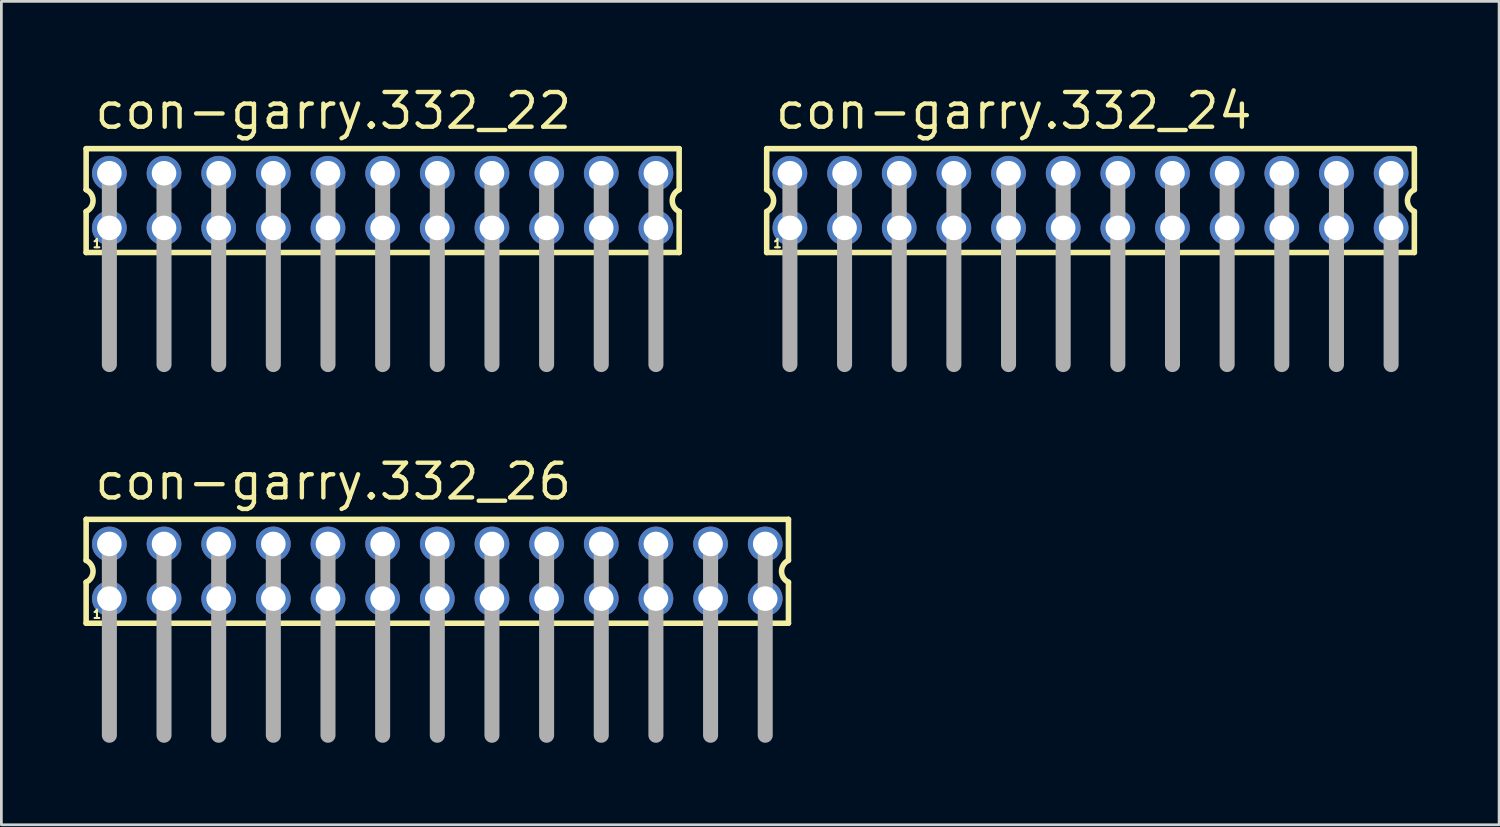
<source format=kicad_pcb>
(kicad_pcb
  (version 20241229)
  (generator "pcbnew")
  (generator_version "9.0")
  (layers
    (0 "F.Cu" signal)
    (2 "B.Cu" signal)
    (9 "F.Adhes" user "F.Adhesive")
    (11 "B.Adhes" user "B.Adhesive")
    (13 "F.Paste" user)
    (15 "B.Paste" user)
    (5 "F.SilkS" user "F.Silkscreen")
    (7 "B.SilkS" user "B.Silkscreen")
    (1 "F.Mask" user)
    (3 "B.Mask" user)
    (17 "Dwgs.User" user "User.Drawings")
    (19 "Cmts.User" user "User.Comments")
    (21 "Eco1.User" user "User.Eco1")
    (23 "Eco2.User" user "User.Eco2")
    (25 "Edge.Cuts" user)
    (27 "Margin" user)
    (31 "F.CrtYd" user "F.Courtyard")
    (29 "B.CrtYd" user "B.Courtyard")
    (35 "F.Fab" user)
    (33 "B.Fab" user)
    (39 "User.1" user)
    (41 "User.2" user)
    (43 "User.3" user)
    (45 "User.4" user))
  (footprint "con-garry.332_24"
    (layer "F.Cu")
    (at 36.855 4.29)
    (property "Reference" "con-garry.332_24" (at -11.62 -2.54 0) (layer "F.SilkS") (effects (font (size 1.27 1.27) (thickness 0.16)) (justify left bottom)))
    (attr through_hole)
    (fp_line (start -11.85 -1.9) (end -11.85 -0.4) (stroke (width 0.203) (type default)) (layer "F.SilkS"))
    (fp_line (start -11.85 0.4) (end -11.85 1.9) (stroke (width 0.203) (type default)) (layer "F.SilkS"))
    (fp_line (start -11.85 1.9) (end 11.85 1.9) (stroke (width 0.203) (type default)) (layer "F.SilkS"))
    (fp_line (start 11.85 -1.9) (end -11.85 -1.9) (stroke (width 0.203) (type default)) (layer "F.SilkS"))
    (fp_line (start 11.85 -0.4) (end 11.85 -1.9) (stroke (width 0.203) (type default)) (layer "F.SilkS"))
    (fp_line (start 11.85 1.9) (end 11.85 0.4) (stroke (width 0.203) (type default)) (layer "F.SilkS"))
    (fp_arc (start -11.85 -0.4) (mid -11.597167 0) (end -11.85 0.4) (stroke (width 0.2032) (type default)) (layer "F.SilkS"))
    (fp_arc (start 11.85 0.4) (mid 11.597167 0) (end 11.85 -0.4) (stroke (width 0.2032) (type default)) (layer "F.SilkS"))
    (fp_line (start -11 -1) (end -11 6) (stroke (width 0.55) (type default)) (layer "F.Fab"))
    (fp_line (start -9 -1) (end -9 6) (stroke (width 0.55) (type default)) (layer "F.Fab"))
    (fp_line (start -7 -1) (end -7 6) (stroke (width 0.55) (type default)) (layer "F.Fab"))
    (fp_line (start -5 -1) (end -5 6) (stroke (width 0.55) (type default)) (layer "F.Fab"))
    (fp_line (start -3 -1) (end -3 6) (stroke (width 0.55) (type default)) (layer "F.Fab"))
    (fp_line (start -1 -1) (end -1 6) (stroke (width 0.55) (type default)) (layer "F.Fab"))
    (fp_line (start 1 -1) (end 1 6) (stroke (width 0.55) (type default)) (layer "F.Fab"))
    (fp_line (start 3 -1) (end 3 6) (stroke (width 0.55) (type default)) (layer "F.Fab"))
    (fp_line (start 5 -1) (end 5 6) (stroke (width 0.55) (type default)) (layer "F.Fab"))
    (fp_line (start 7 -1) (end 7 6) (stroke (width 0.55) (type default)) (layer "F.Fab"))
    (fp_line (start 9 -1) (end 9 6) (stroke (width 0.55) (type default)) (layer "F.Fab"))
    (fp_line (start 11 -1) (end 11 6) (stroke (width 0.55) (type default)) (layer "F.Fab"))
    (fp_rect (start -11.25 -0.75) (end -10.75 -1.25) (stroke (width 0.05) (type default)) (fill no) (layer "F.Fab"))
    (fp_rect (start -11.25 1.25) (end -10.75 0.75) (stroke (width 0.05) (type default)) (fill no) (layer "F.Fab"))
    (fp_rect (start -9.25 -0.75) (end -8.75 -1.25) (stroke (width 0.05) (type default)) (fill no) (layer "F.Fab"))
    (fp_rect (start -9.25 1.25) (end -8.75 0.75) (stroke (width 0.05) (type default)) (fill no) (layer "F.Fab"))
    (fp_rect (start -7.25 -0.75) (end -6.75 -1.25) (stroke (width 0.05) (type default)) (fill no) (layer "F.Fab"))
    (fp_rect (start -7.25 1.25) (end -6.75 0.75) (stroke (width 0.05) (type default)) (fill no) (layer "F.Fab"))
    (fp_rect (start -5.25 -0.75) (end -4.75 -1.25) (stroke (width 0.05) (type default)) (fill no) (layer "F.Fab"))
    (fp_rect (start -5.25 1.25) (end -4.75 0.75) (stroke (width 0.05) (type default)) (fill no) (layer "F.Fab"))
    (fp_rect (start -3.25 -0.75) (end -2.75 -1.25) (stroke (width 0.05) (type default)) (fill no) (layer "F.Fab"))
    (fp_rect (start -3.25 1.25) (end -2.75 0.75) (stroke (width 0.05) (type default)) (fill no) (layer "F.Fab"))
    (fp_rect (start -1.25 -0.75) (end -0.75 -1.25) (stroke (width 0.05) (type default)) (fill no) (layer "F.Fab"))
    (fp_rect (start -1.25 1.25) (end -0.75 0.75) (stroke (width 0.05) (type default)) (fill no) (layer "F.Fab"))
    (fp_rect (start 0.75 -0.75) (end 1.25 -1.25) (stroke (width 0.05) (type default)) (fill no) (layer "F.Fab"))
    (fp_rect (start 0.75 1.25) (end 1.25 0.75) (stroke (width 0.05) (type default)) (fill no) (layer "F.Fab"))
    (fp_rect (start 2.75 -0.75) (end 3.25 -1.25) (stroke (width 0.05) (type default)) (fill no) (layer "F.Fab"))
    (fp_rect (start 2.75 1.25) (end 3.25 0.75) (stroke (width 0.05) (type default)) (fill no) (layer "F.Fab"))
    (fp_rect (start 4.75 -0.75) (end 5.25 -1.25) (stroke (width 0.05) (type default)) (fill no) (layer "F.Fab"))
    (fp_rect (start 4.75 1.25) (end 5.25 0.75) (stroke (width 0.05) (type default)) (fill no) (layer "F.Fab"))
    (fp_rect (start 6.75 -0.75) (end 7.25 -1.25) (stroke (width 0.05) (type default)) (fill no) (layer "F.Fab"))
    (fp_rect (start 6.75 1.25) (end 7.25 0.75) (stroke (width 0.05) (type default)) (fill no) (layer "F.Fab"))
    (fp_rect (start 8.75 -0.75) (end 9.25 -1.25) (stroke (width 0.05) (type default)) (fill no) (layer "F.Fab"))
    (fp_rect (start 8.75 1.25) (end 9.25 0.75) (stroke (width 0.05) (type default)) (fill no) (layer "F.Fab"))
    (fp_rect (start 10.75 -0.75) (end 11.25 -1.25) (stroke (width 0.05) (type default)) (fill no) (layer "F.Fab"))
    (fp_rect (start 10.75 1.25) (end 11.25 0.75) (stroke (width 0.05) (type default)) (fill no) (layer "F.Fab"))
    (fp_text user "1" (at -11.65 1.75 0) (layer "F.SilkS") (effects (font (size 0.305 0.305) (thickness 0.15)) (justify left bottom)))
    (pad "1" thru_hole circle (at -11 1) (size 1.27 1.27) (drill 0.9) (layers "*.Cu" "*.Mask"))
    (pad "2" thru_hole circle (at -11 -1) (size 1.27 1.27) (drill 0.9) (layers "*.Cu" "*.Mask"))
    (pad "3" thru_hole circle (at -9 1) (size 1.27 1.27) (drill 0.9) (layers "*.Cu" "*.Mask"))
    (pad "4" thru_hole circle (at -9 -1) (size 1.27 1.27) (drill 0.9) (layers "*.Cu" "*.Mask"))
    (pad "5" thru_hole circle (at -7 1) (size 1.27 1.27) (drill 0.9) (layers "*.Cu" "*.Mask"))
    (pad "6" thru_hole circle (at -7 -1) (size 1.27 1.27) (drill 0.9) (layers "*.Cu" "*.Mask"))
    (pad "7" thru_hole circle (at -5 1) (size 1.27 1.27) (drill 0.9) (layers "*.Cu" "*.Mask"))
    (pad "8" thru_hole circle (at -5 -1) (size 1.27 1.27) (drill 0.9) (layers "*.Cu" "*.Mask"))
    (pad "9" thru_hole circle (at -3 1) (size 1.27 1.27) (drill 0.9) (layers "*.Cu" "*.Mask"))
    (pad "10" thru_hole circle (at -3 -1) (size 1.27 1.27) (drill 0.9) (layers "*.Cu" "*.Mask"))
    (pad "11" thru_hole circle (at -1 1) (size 1.27 1.27) (drill 0.9) (layers "*.Cu" "*.Mask"))
    (pad "12" thru_hole circle (at -1 -1) (size 1.27 1.27) (drill 0.9) (layers "*.Cu" "*.Mask"))
    (pad "13" thru_hole circle (at 1 1) (size 1.27 1.27) (drill 0.9) (layers "*.Cu" "*.Mask"))
    (pad "14" thru_hole circle (at 1 -1) (size 1.27 1.27) (drill 0.9) (layers "*.Cu" "*.Mask"))
    (pad "15" thru_hole circle (at 3 1) (size 1.27 1.27) (drill 0.9) (layers "*.Cu" "*.Mask"))
    (pad "16" thru_hole circle (at 3 -1) (size 1.27 1.27) (drill 0.9) (layers "*.Cu" "*.Mask"))
    (pad "17" thru_hole circle (at 5 1) (size 1.27 1.27) (drill 0.9) (layers "*.Cu" "*.Mask"))
    (pad "18" thru_hole circle (at 5 -1) (size 1.27 1.27) (drill 0.9) (layers "*.Cu" "*.Mask"))
    (pad "19" thru_hole circle (at 7 1) (size 1.27 1.27) (drill 0.9) (layers "*.Cu" "*.Mask"))
    (pad "20" thru_hole circle (at 7 -1) (size 1.27 1.27) (drill 0.9) (layers "*.Cu" "*.Mask"))
    (pad "21" thru_hole circle (at 9 1) (size 1.27 1.27) (drill 0.9) (layers "*.Cu" "*.Mask"))
    (pad "22" thru_hole circle (at 9 -1) (size 1.27 1.27) (drill 0.9) (layers "*.Cu" "*.Mask"))
    (pad "23" thru_hole circle (at 11 1) (size 1.27 1.27) (drill 0.9) (layers "*.Cu" "*.Mask"))
    (pad "24" thru_hole circle (at 11 -1) (size 1.27 1.27) (drill 0.9) (layers "*.Cu" "*.Mask")))
  (footprint "con-garry.332_26"
    (layer "F.Cu")
    (at 12.952 17.855)
    (property "Reference" "con-garry.332_26" (at -12.62 -2.54 0) (layer "F.SilkS") (effects (font (size 1.27 1.27) (thickness 0.16)) (justify left bottom)))
    (attr through_hole)
    (fp_line (start -12.85 -1.9) (end -12.85 -0.4) (stroke (width 0.203) (type default)) (layer "F.SilkS"))
    (fp_line (start -12.85 0.4) (end -12.85 1.9) (stroke (width 0.203) (type default)) (layer "F.SilkS"))
    (fp_line (start -12.85 1.9) (end 12.85 1.9) (stroke (width 0.203) (type default)) (layer "F.SilkS"))
    (fp_line (start 12.85 -1.9) (end -12.85 -1.9) (stroke (width 0.203) (type default)) (layer "F.SilkS"))
    (fp_line (start 12.85 -0.4) (end 12.85 -1.9) (stroke (width 0.203) (type default)) (layer "F.SilkS"))
    (fp_line (start 12.85 1.9) (end 12.85 0.4) (stroke (width 0.203) (type default)) (layer "F.SilkS"))
    (fp_arc (start -12.85 -0.4) (mid -12.597167 0) (end -12.85 0.4) (stroke (width 0.2032) (type default)) (layer "F.SilkS"))
    (fp_arc (start 12.85 0.4) (mid 12.597167 0) (end 12.85 -0.4) (stroke (width 0.2032) (type default)) (layer "F.SilkS"))
    (fp_line (start -12 -1) (end -12 6) (stroke (width 0.55) (type default)) (layer "F.Fab"))
    (fp_line (start -10 -1) (end -10 6) (stroke (width 0.55) (type default)) (layer "F.Fab"))
    (fp_line (start -8 -1) (end -8 6) (stroke (width 0.55) (type default)) (layer "F.Fab"))
    (fp_line (start -6 -1) (end -6 6) (stroke (width 0.55) (type default)) (layer "F.Fab"))
    (fp_line (start -4 -1) (end -4 6) (stroke (width 0.55) (type default)) (layer "F.Fab"))
    (fp_line (start -2 -1) (end -2 6) (stroke (width 0.55) (type default)) (layer "F.Fab"))
    (fp_line (start 0 -1) (end 0 6) (stroke (width 0.55) (type default)) (layer "F.Fab"))
    (fp_line (start 2 -1) (end 2 6) (stroke (width 0.55) (type default)) (layer "F.Fab"))
    (fp_line (start 4 -1) (end 4 6) (stroke (width 0.55) (type default)) (layer "F.Fab"))
    (fp_line (start 6 -1) (end 6 6) (stroke (width 0.55) (type default)) (layer "F.Fab"))
    (fp_line (start 8 -1) (end 8 6) (stroke (width 0.55) (type default)) (layer "F.Fab"))
    (fp_line (start 10 -1) (end 10 6) (stroke (width 0.55) (type default)) (layer "F.Fab"))
    (fp_line (start 12 -1) (end 12 6) (stroke (width 0.55) (type default)) (layer "F.Fab"))
    (fp_rect (start -12.25 -0.75) (end -11.75 -1.25) (stroke (width 0.05) (type default)) (fill no) (layer "F.Fab"))
    (fp_rect (start -12.25 1.25) (end -11.75 0.75) (stroke (width 0.05) (type default)) (fill no) (layer "F.Fab"))
    (fp_rect (start -10.25 -0.75) (end -9.75 -1.25) (stroke (width 0.05) (type default)) (fill no) (layer "F.Fab"))
    (fp_rect (start -10.25 1.25) (end -9.75 0.75) (stroke (width 0.05) (type default)) (fill no) (layer "F.Fab"))
    (fp_rect (start -8.25 -0.75) (end -7.75 -1.25) (stroke (width 0.05) (type default)) (fill no) (layer "F.Fab"))
    (fp_rect (start -8.25 1.25) (end -7.75 0.75) (stroke (width 0.05) (type default)) (fill no) (layer "F.Fab"))
    (fp_rect (start -6.25 -0.75) (end -5.75 -1.25) (stroke (width 0.05) (type default)) (fill no) (layer "F.Fab"))
    (fp_rect (start -6.25 1.25) (end -5.75 0.75) (stroke (width 0.05) (type default)) (fill no) (layer "F.Fab"))
    (fp_rect (start -4.25 -0.75) (end -3.75 -1.25) (stroke (width 0.05) (type default)) (fill no) (layer "F.Fab"))
    (fp_rect (start -4.25 1.25) (end -3.75 0.75) (stroke (width 0.05) (type default)) (fill no) (layer "F.Fab"))
    (fp_rect (start -2.25 -0.75) (end -1.75 -1.25) (stroke (width 0.05) (type default)) (fill no) (layer "F.Fab"))
    (fp_rect (start -2.25 1.25) (end -1.75 0.75) (stroke (width 0.05) (type default)) (fill no) (layer "F.Fab"))
    (fp_rect (start -0.25 -0.75) (end 0.25 -1.25) (stroke (width 0.05) (type default)) (fill no) (layer "F.Fab"))
    (fp_rect (start -0.25 1.25) (end 0.25 0.75) (stroke (width 0.05) (type default)) (fill no) (layer "F.Fab"))
    (fp_rect (start 1.75 -0.75) (end 2.25 -1.25) (stroke (width 0.05) (type default)) (fill no) (layer "F.Fab"))
    (fp_rect (start 1.75 1.25) (end 2.25 0.75) (stroke (width 0.05) (type default)) (fill no) (layer "F.Fab"))
    (fp_rect (start 3.75 -0.75) (end 4.25 -1.25) (stroke (width 0.05) (type default)) (fill no) (layer "F.Fab"))
    (fp_rect (start 3.75 1.25) (end 4.25 0.75) (stroke (width 0.05) (type default)) (fill no) (layer "F.Fab"))
    (fp_rect (start 5.75 -0.75) (end 6.25 -1.25) (stroke (width 0.05) (type default)) (fill no) (layer "F.Fab"))
    (fp_rect (start 5.75 1.25) (end 6.25 0.75) (stroke (width 0.05) (type default)) (fill no) (layer "F.Fab"))
    (fp_rect (start 7.75 -0.75) (end 8.25 -1.25) (stroke (width 0.05) (type default)) (fill no) (layer "F.Fab"))
    (fp_rect (start 7.75 1.25) (end 8.25 0.75) (stroke (width 0.05) (type default)) (fill no) (layer "F.Fab"))
    (fp_rect (start 9.75 -0.75) (end 10.25 -1.25) (stroke (width 0.05) (type default)) (fill no) (layer "F.Fab"))
    (fp_rect (start 9.75 1.25) (end 10.25 0.75) (stroke (width 0.05) (type default)) (fill no) (layer "F.Fab"))
    (fp_rect (start 11.75 -0.75) (end 12.25 -1.25) (stroke (width 0.05) (type default)) (fill no) (layer "F.Fab"))
    (fp_rect (start 11.75 1.25) (end 12.25 0.75) (stroke (width 0.05) (type default)) (fill no) (layer "F.Fab"))
    (fp_text user "1" (at -12.65 1.75 0) (layer "F.SilkS") (effects (font (size 0.305 0.305) (thickness 0.15)) (justify left bottom)))
    (pad "1" thru_hole circle (at -12 1) (size 1.27 1.27) (drill 0.9) (layers "*.Cu" "*.Mask"))
    (pad "2" thru_hole circle (at -12 -1) (size 1.27 1.27) (drill 0.9) (layers "*.Cu" "*.Mask"))
    (pad "3" thru_hole circle (at -10 1) (size 1.27 1.27) (drill 0.9) (layers "*.Cu" "*.Mask"))
    (pad "4" thru_hole circle (at -10 -1) (size 1.27 1.27) (drill 0.9) (layers "*.Cu" "*.Mask"))
    (pad "5" thru_hole circle (at -8 1) (size 1.27 1.27) (drill 0.9) (layers "*.Cu" "*.Mask"))
    (pad "6" thru_hole circle (at -8 -1) (size 1.27 1.27) (drill 0.9) (layers "*.Cu" "*.Mask"))
    (pad "7" thru_hole circle (at -6 1) (size 1.27 1.27) (drill 0.9) (layers "*.Cu" "*.Mask"))
    (pad "8" thru_hole circle (at -6 -1) (size 1.27 1.27) (drill 0.9) (layers "*.Cu" "*.Mask"))
    (pad "9" thru_hole circle (at -4 1) (size 1.27 1.27) (drill 0.9) (layers "*.Cu" "*.Mask"))
    (pad "10" thru_hole circle (at -4 -1) (size 1.27 1.27) (drill 0.9) (layers "*.Cu" "*.Mask"))
    (pad "11" thru_hole circle (at -2 1) (size 1.27 1.27) (drill 0.9) (layers "*.Cu" "*.Mask"))
    (pad "12" thru_hole circle (at -2 -1) (size 1.27 1.27) (drill 0.9) (layers "*.Cu" "*.Mask"))
    (pad "13" thru_hole circle (at 0 1) (size 1.27 1.27) (drill 0.9) (layers "*.Cu" "*.Mask"))
    (pad "14" thru_hole circle (at 0 -1) (size 1.27 1.27) (drill 0.9) (layers "*.Cu" "*.Mask"))
    (pad "15" thru_hole circle (at 2 1) (size 1.27 1.27) (drill 0.9) (layers "*.Cu" "*.Mask"))
    (pad "16" thru_hole circle (at 2 -1) (size 1.27 1.27) (drill 0.9) (layers "*.Cu" "*.Mask"))
    (pad "17" thru_hole circle (at 4 1) (size 1.27 1.27) (drill 0.9) (layers "*.Cu" "*.Mask"))
    (pad "18" thru_hole circle (at 4 -1) (size 1.27 1.27) (drill 0.9) (layers "*.Cu" "*.Mask"))
    (pad "19" thru_hole circle (at 6 1) (size 1.27 1.27) (drill 0.9) (layers "*.Cu" "*.Mask"))
    (pad "20" thru_hole circle (at 6 -1) (size 1.27 1.27) (drill 0.9) (layers "*.Cu" "*.Mask"))
    (pad "21" thru_hole circle (at 8 1) (size 1.27 1.27) (drill 0.9) (layers "*.Cu" "*.Mask"))
    (pad "22" thru_hole circle (at 8 -1) (size 1.27 1.27) (drill 0.9) (layers "*.Cu" "*.Mask"))
    (pad "23" thru_hole circle (at 10 1) (size 1.27 1.27) (drill 0.9) (layers "*.Cu" "*.Mask"))
    (pad "24" thru_hole circle (at 10 -1) (size 1.27 1.27) (drill 0.9) (layers "*.Cu" "*.Mask"))
    (pad "25" thru_hole circle (at 12 1) (size 1.27 1.27) (drill 0.9) (layers "*.Cu" "*.Mask"))
    (pad "26" thru_hole circle (at 12 -1) (size 1.27 1.27) (drill 0.9) (layers "*.Cu" "*.Mask")))
  (footprint "con-garry.332_22"
    (layer "F.Cu")
    (at 10.952 4.29)
    (property "Reference" "con-garry.332_22" (at -10.62 -2.54 0) (layer "F.SilkS") (effects (font (size 1.27 1.27) (thickness 0.16)) (justify left bottom)))
    (attr through_hole)
    (fp_line (start -10.85 -1.9) (end -10.85 -0.4) (stroke (width 0.203) (type default)) (layer "F.SilkS"))
    (fp_line (start -10.85 0.4) (end -10.85 1.9) (stroke (width 0.203) (type default)) (layer "F.SilkS"))
    (fp_line (start -10.85 1.9) (end 10.85 1.9) (stroke (width 0.203) (type default)) (layer "F.SilkS"))
    (fp_line (start 10.85 -1.9) (end -10.85 -1.9) (stroke (width 0.203) (type default)) (layer "F.SilkS"))
    (fp_line (start 10.85 -0.4) (end 10.85 -1.9) (stroke (width 0.203) (type default)) (layer "F.SilkS"))
    (fp_line (start 10.85 1.9) (end 10.85 0.4) (stroke (width 0.203) (type default)) (layer "F.SilkS"))
    (fp_arc (start -10.85 -0.4) (mid -10.597167 0) (end -10.85 0.4) (stroke (width 0.2032) (type default)) (layer "F.SilkS"))
    (fp_arc (start 10.85 0.4) (mid 10.597167 0) (end 10.85 -0.4) (stroke (width 0.2032) (type default)) (layer "F.SilkS"))
    (fp_line (start -10 -1) (end -10 6) (stroke (width 0.55) (type default)) (layer "F.Fab"))
    (fp_line (start -8 -1) (end -8 6) (stroke (width 0.55) (type default)) (layer "F.Fab"))
    (fp_line (start -6 -1) (end -6 6) (stroke (width 0.55) (type default)) (layer "F.Fab"))
    (fp_line (start -4 -1) (end -4 6) (stroke (width 0.55) (type default)) (layer "F.Fab"))
    (fp_line (start -2 -1) (end -2 6) (stroke (width 0.55) (type default)) (layer "F.Fab"))
    (fp_line (start 0 -1) (end 0 6) (stroke (width 0.55) (type default)) (layer "F.Fab"))
    (fp_line (start 2 -1) (end 2 6) (stroke (width 0.55) (type default)) (layer "F.Fab"))
    (fp_line (start 4 -1) (end 4 6) (stroke (width 0.55) (type default)) (layer "F.Fab"))
    (fp_line (start 6 -1) (end 6 6) (stroke (width 0.55) (type default)) (layer "F.Fab"))
    (fp_line (start 8 -1) (end 8 6) (stroke (width 0.55) (type default)) (layer "F.Fab"))
    (fp_line (start 10 -1) (end 10 6) (stroke (width 0.55) (type default)) (layer "F.Fab"))
    (fp_rect (start -10.25 -0.75) (end -9.75 -1.25) (stroke (width 0.05) (type default)) (fill no) (layer "F.Fab"))
    (fp_rect (start -10.25 1.25) (end -9.75 0.75) (stroke (width 0.05) (type default)) (fill no) (layer "F.Fab"))
    (fp_rect (start -8.25 -0.75) (end -7.75 -1.25) (stroke (width 0.05) (type default)) (fill no) (layer "F.Fab"))
    (fp_rect (start -8.25 1.25) (end -7.75 0.75) (stroke (width 0.05) (type default)) (fill no) (layer "F.Fab"))
    (fp_rect (start -6.25 -0.75) (end -5.75 -1.25) (stroke (width 0.05) (type default)) (fill no) (layer "F.Fab"))
    (fp_rect (start -6.25 1.25) (end -5.75 0.75) (stroke (width 0.05) (type default)) (fill no) (layer "F.Fab"))
    (fp_rect (start -4.25 -0.75) (end -3.75 -1.25) (stroke (width 0.05) (type default)) (fill no) (layer "F.Fab"))
    (fp_rect (start -4.25 1.25) (end -3.75 0.75) (stroke (width 0.05) (type default)) (fill no) (layer "F.Fab"))
    (fp_rect (start -2.25 -0.75) (end -1.75 -1.25) (stroke (width 0.05) (type default)) (fill no) (layer "F.Fab"))
    (fp_rect (start -2.25 1.25) (end -1.75 0.75) (stroke (width 0.05) (type default)) (fill no) (layer "F.Fab"))
    (fp_rect (start -0.25 -0.75) (end 0.25 -1.25) (stroke (width 0.05) (type default)) (fill no) (layer "F.Fab"))
    (fp_rect (start -0.25 1.25) (end 0.25 0.75) (stroke (width 0.05) (type default)) (fill no) (layer "F.Fab"))
    (fp_rect (start 1.75 -0.75) (end 2.25 -1.25) (stroke (width 0.05) (type default)) (fill no) (layer "F.Fab"))
    (fp_rect (start 1.75 1.25) (end 2.25 0.75) (stroke (width 0.05) (type default)) (fill no) (layer "F.Fab"))
    (fp_rect (start 3.75 -0.75) (end 4.25 -1.25) (stroke (width 0.05) (type default)) (fill no) (layer "F.Fab"))
    (fp_rect (start 3.75 1.25) (end 4.25 0.75) (stroke (width 0.05) (type default)) (fill no) (layer "F.Fab"))
    (fp_rect (start 5.75 -0.75) (end 6.25 -1.25) (stroke (width 0.05) (type default)) (fill no) (layer "F.Fab"))
    (fp_rect (start 5.75 1.25) (end 6.25 0.75) (stroke (width 0.05) (type default)) (fill no) (layer "F.Fab"))
    (fp_rect (start 7.75 -0.75) (end 8.25 -1.25) (stroke (width 0.05) (type default)) (fill no) (layer "F.Fab"))
    (fp_rect (start 7.75 1.25) (end 8.25 0.75) (stroke (width 0.05) (type default)) (fill no) (layer "F.Fab"))
    (fp_rect (start 9.75 -0.75) (end 10.25 -1.25) (stroke (width 0.05) (type default)) (fill no) (layer "F.Fab"))
    (fp_rect (start 9.75 1.25) (end 10.25 0.75) (stroke (width 0.05) (type default)) (fill no) (layer "F.Fab"))
    (fp_text user "1" (at -10.65 1.75 0) (layer "F.SilkS") (effects (font (size 0.305 0.305) (thickness 0.15)) (justify left bottom)))
    (pad "1" thru_hole circle (at -10 1) (size 1.27 1.27) (drill 0.9) (layers "*.Cu" "*.Mask"))
    (pad "2" thru_hole circle (at -10 -1) (size 1.27 1.27) (drill 0.9) (layers "*.Cu" "*.Mask"))
    (pad "3" thru_hole circle (at -8 1) (size 1.27 1.27) (drill 0.9) (layers "*.Cu" "*.Mask"))
    (pad "4" thru_hole circle (at -8 -1) (size 1.27 1.27) (drill 0.9) (layers "*.Cu" "*.Mask"))
    (pad "5" thru_hole circle (at -6 1) (size 1.27 1.27) (drill 0.9) (layers "*.Cu" "*.Mask"))
    (pad "6" thru_hole circle (at -6 -1) (size 1.27 1.27) (drill 0.9) (layers "*.Cu" "*.Mask"))
    (pad "7" thru_hole circle (at -4 1) (size 1.27 1.27) (drill 0.9) (layers "*.Cu" "*.Mask"))
    (pad "8" thru_hole circle (at -4 -1) (size 1.27 1.27) (drill 0.9) (layers "*.Cu" "*.Mask"))
    (pad "9" thru_hole circle (at -2 1) (size 1.27 1.27) (drill 0.9) (layers "*.Cu" "*.Mask"))
    (pad "10" thru_hole circle (at -2 -1) (size 1.27 1.27) (drill 0.9) (layers "*.Cu" "*.Mask"))
    (pad "11" thru_hole circle (at 0 1) (size 1.27 1.27) (drill 0.9) (layers "*.Cu" "*.Mask"))
    (pad "12" thru_hole circle (at 0 -1) (size 1.27 1.27) (drill 0.9) (layers "*.Cu" "*.Mask"))
    (pad "13" thru_hole circle (at 2 1) (size 1.27 1.27) (drill 0.9) (layers "*.Cu" "*.Mask"))
    (pad "14" thru_hole circle (at 2 -1) (size 1.27 1.27) (drill 0.9) (layers "*.Cu" "*.Mask"))
    (pad "15" thru_hole circle (at 4 1) (size 1.27 1.27) (drill 0.9) (layers "*.Cu" "*.Mask"))
    (pad "16" thru_hole circle (at 4 -1) (size 1.27 1.27) (drill 0.9) (layers "*.Cu" "*.Mask"))
    (pad "17" thru_hole circle (at 6 1) (size 1.27 1.27) (drill 0.9) (layers "*.Cu" "*.Mask"))
    (pad "18" thru_hole circle (at 6 -1) (size 1.27 1.27) (drill 0.9) (layers "*.Cu" "*.Mask"))
    (pad "19" thru_hole circle (at 8 1) (size 1.27 1.27) (drill 0.9) (layers "*.Cu" "*.Mask"))
    (pad "20" thru_hole circle (at 8 -1) (size 1.27 1.27) (drill 0.9) (layers "*.Cu" "*.Mask"))
    (pad "21" thru_hole circle (at 10 1) (size 1.27 1.27) (drill 0.9) (layers "*.Cu" "*.Mask"))
    (pad "22" thru_hole circle (at 10 -1) (size 1.27 1.27) (drill 0.9) (layers "*.Cu" "*.Mask")))
  (gr_rect
    (start -3 -3)
    (end 51.806 27.13)
    (stroke (width 0.1) (type default))
    (fill no)
    (layer "Edge.Cuts")))
</source>
